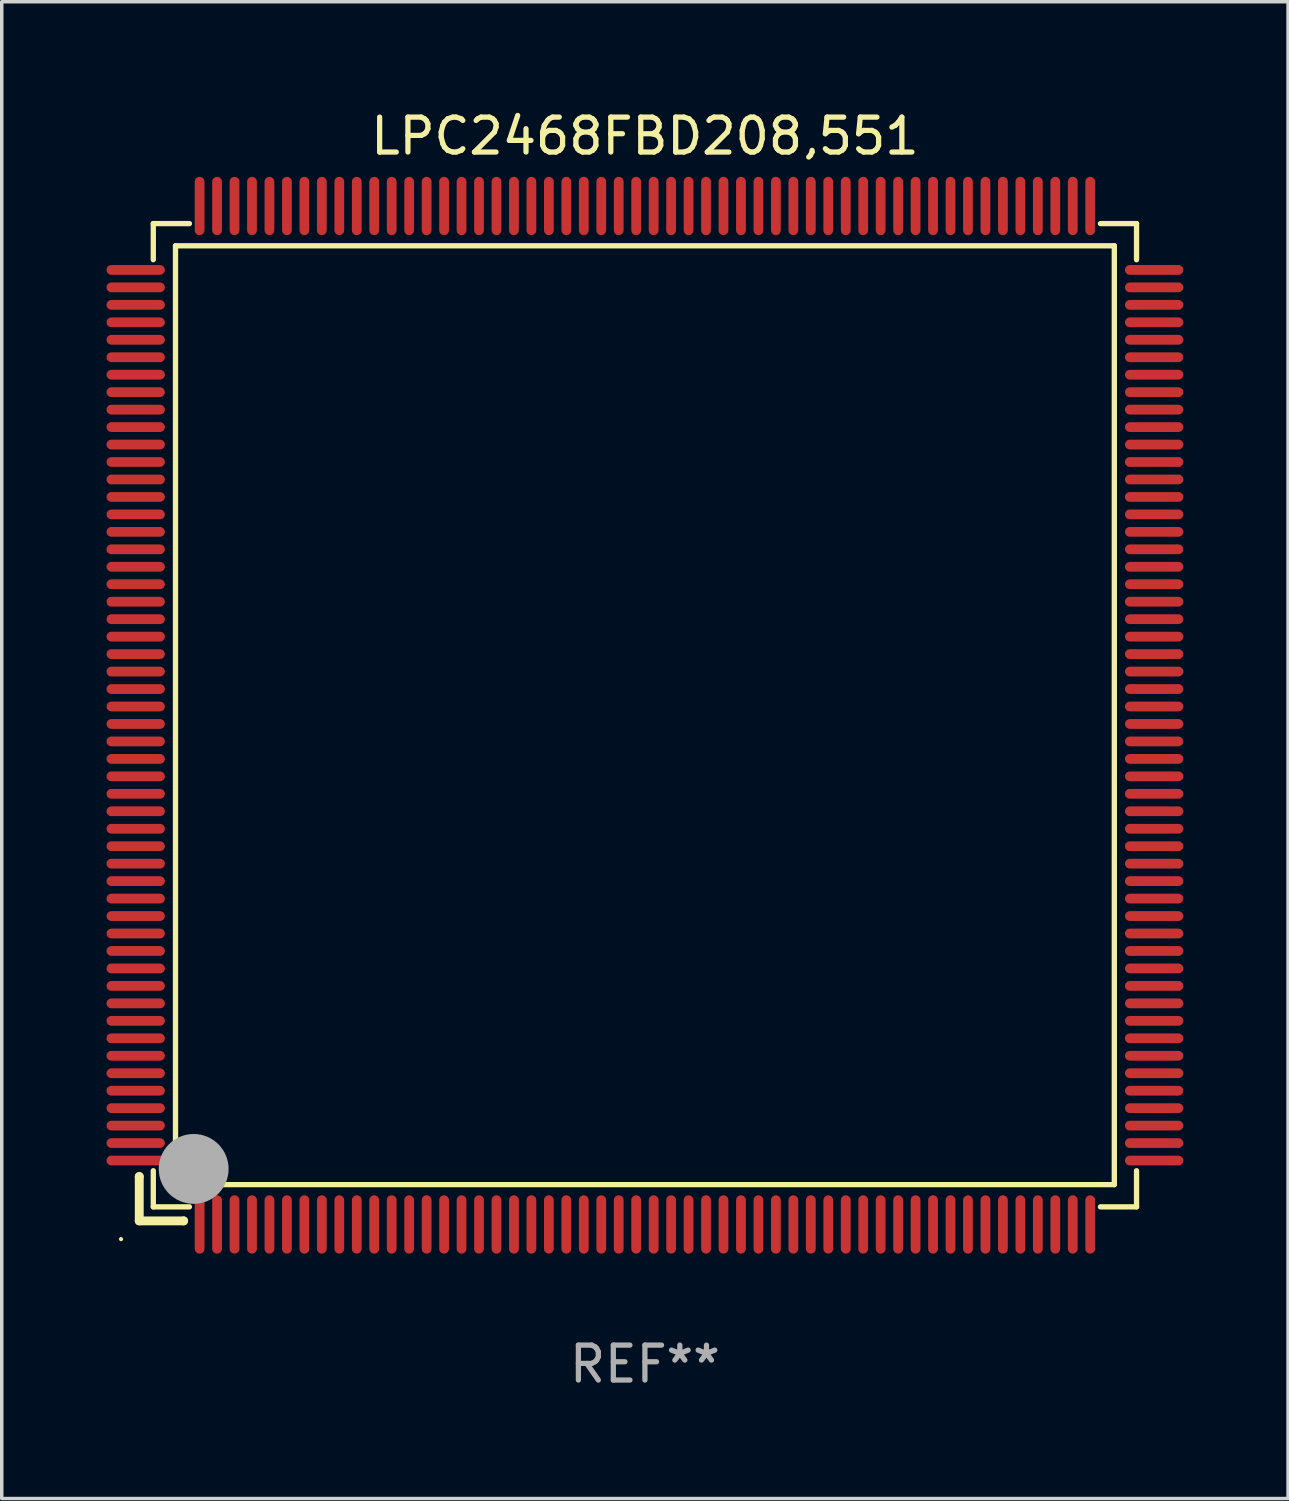
<source format=kicad_pcb>
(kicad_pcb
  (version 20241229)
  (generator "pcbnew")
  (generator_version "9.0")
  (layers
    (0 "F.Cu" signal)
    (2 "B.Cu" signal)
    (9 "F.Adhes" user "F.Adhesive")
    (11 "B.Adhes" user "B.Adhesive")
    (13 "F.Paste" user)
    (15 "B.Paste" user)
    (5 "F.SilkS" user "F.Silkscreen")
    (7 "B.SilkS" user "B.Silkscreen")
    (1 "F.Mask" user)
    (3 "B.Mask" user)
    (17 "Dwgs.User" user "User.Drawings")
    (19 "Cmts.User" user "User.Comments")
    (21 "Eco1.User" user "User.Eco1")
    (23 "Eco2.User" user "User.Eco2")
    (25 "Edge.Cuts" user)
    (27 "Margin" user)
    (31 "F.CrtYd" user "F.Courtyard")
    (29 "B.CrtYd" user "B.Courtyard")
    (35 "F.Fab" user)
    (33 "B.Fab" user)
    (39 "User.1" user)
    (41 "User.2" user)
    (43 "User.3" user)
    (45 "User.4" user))
  (footprint "LPC2468FBD208,551"
    (layer "F.Cu")
    (at 15.415 17.428)
    (property "Reference" "LPC2468FBD208,551" (at 0 -16.58 0) (layer "F.SilkS") (effects (font (size 1 1) (thickness 0.15))))
    (attr through_hole)
    (fp_line (start -14.478 13.208) (end -14.478 13.208) (stroke (width 0.254) (type solid)) (layer "F.SilkS"))
    (fp_line (start -14.478 13.208) (end -14.478 14.478) (stroke (width 0.254) (type solid)) (layer "F.SilkS"))
    (fp_line (start -14.478 14.478) (end -13.208 14.478) (stroke (width 0.254) (type solid)) (layer "F.SilkS"))
    (fp_line (start -14.076 -14.076) (end -14.076 -13.042) (stroke (width 0.152) (type solid)) (layer "F.SilkS"))
    (fp_line (start -14.076 14.076) (end -14.076 13.042) (stroke (width 0.152) (type solid)) (layer "F.SilkS"))
    (fp_line (start -13.44 -13.44) (end 13.44 -13.44) (stroke (width 0.152) (type solid)) (layer "F.SilkS"))
    (fp_line (start -13.44 13.44) (end -13.44 -13.44) (stroke (width 0.152) (type solid)) (layer "F.SilkS"))
    (fp_line (start -13.208 14.478) (end -13.208 14.478) (stroke (width 0.254) (type solid)) (layer "F.SilkS"))
    (fp_line (start -13.042 -14.076) (end -14.076 -14.076) (stroke (width 0.152) (type solid)) (layer "F.SilkS"))
    (fp_line (start -13.042 14.076) (end -14.076 14.076) (stroke (width 0.152) (type solid)) (layer "F.SilkS"))
    (fp_line (start 13.042 -14.076) (end 14.076 -14.076) (stroke (width 0.152) (type solid)) (layer "F.SilkS"))
    (fp_line (start 13.042 14.076) (end 14.076 14.076) (stroke (width 0.152) (type solid)) (layer "F.SilkS"))
    (fp_line (start 13.44 -13.44) (end 13.44 13.44) (stroke (width 0.152) (type solid)) (layer "F.SilkS"))
    (fp_line (start 13.44 13.44) (end -13.44 13.44) (stroke (width 0.152) (type solid)) (layer "F.SilkS"))
    (fp_line (start 14.076 -14.076) (end 14.076 -13.042) (stroke (width 0.152) (type solid)) (layer "F.SilkS"))
    (fp_line (start 14.076 14.076) (end 14.076 13.042) (stroke (width 0.152) (type solid)) (layer "F.SilkS"))
    (fp_circle (center -15 15) (end -14.97 15) (stroke (width 0.06) (type solid)) (fill no) (layer "F.SilkS"))
    (fp_circle (center -13.138 13.138) (end -13.063 13.138) (stroke (width 0.15) (type solid)) (fill no) (layer "F.SilkS"))
    (fp_circle (center -12.92 12.99) (end -12.42 12.99) (stroke (width 1) (type solid)) (fill no) (layer "F.Fab"))
    (fp_text user "REF**" (at 0 18.58 0) (layer "F.Fab") (effects (font (size 1 1) (thickness 0.15))))
    (pad "1" smd oval (at -12.75 14.58) (size 0.28 1.67) (layers "F.Cu" "F.Mask" "F.Paste"))
    (pad "2" smd oval (at -12.25 14.58) (size 0.28 1.67) (layers "F.Cu" "F.Mask" "F.Paste"))
    (pad "3" smd oval (at -11.75 14.58) (size 0.28 1.67) (layers "F.Cu" "F.Mask" "F.Paste"))
    (pad "4" smd oval (at -11.25 14.58) (size 0.28 1.67) (layers "F.Cu" "F.Mask" "F.Paste"))
    (pad "5" smd oval (at -10.75 14.58) (size 0.28 1.67) (layers "F.Cu" "F.Mask" "F.Paste"))
    (pad "6" smd oval (at -10.25 14.58) (size 0.28 1.67) (layers "F.Cu" "F.Mask" "F.Paste"))
    (pad "7" smd oval (at -9.75 14.58) (size 0.28 1.67) (layers "F.Cu" "F.Mask" "F.Paste"))
    (pad "8" smd oval (at -9.25 14.58) (size 0.28 1.67) (layers "F.Cu" "F.Mask" "F.Paste"))
    (pad "9" smd oval (at -8.75 14.58) (size 0.28 1.67) (layers "F.Cu" "F.Mask" "F.Paste"))
    (pad "10" smd oval (at -8.25 14.58) (size 0.28 1.67) (layers "F.Cu" "F.Mask" "F.Paste"))
    (pad "11" smd oval (at -7.75 14.58) (size 0.28 1.67) (layers "F.Cu" "F.Mask" "F.Paste"))
    (pad "12" smd oval (at -7.25 14.58) (size 0.28 1.67) (layers "F.Cu" "F.Mask" "F.Paste"))
    (pad "13" smd oval (at -6.75 14.58) (size 0.28 1.67) (layers "F.Cu" "F.Mask" "F.Paste"))
    (pad "14" smd oval (at -6.25 14.58) (size 0.28 1.67) (layers "F.Cu" "F.Mask" "F.Paste"))
    (pad "15" smd oval (at -5.75 14.58) (size 0.28 1.67) (layers "F.Cu" "F.Mask" "F.Paste"))
    (pad "16" smd oval (at -5.25 14.58) (size 0.28 1.67) (layers "F.Cu" "F.Mask" "F.Paste"))
    (pad "17" smd oval (at -4.75 14.58) (size 0.28 1.67) (layers "F.Cu" "F.Mask" "F.Paste"))
    (pad "18" smd oval (at -4.25 14.58) (size 0.28 1.67) (layers "F.Cu" "F.Mask" "F.Paste"))
    (pad "19" smd oval (at -3.75 14.58) (size 0.28 1.67) (layers "F.Cu" "F.Mask" "F.Paste"))
    (pad "20" smd oval (at -3.25 14.58) (size 0.28 1.67) (layers "F.Cu" "F.Mask" "F.Paste"))
    (pad "21" smd oval (at -2.75 14.58) (size 0.28 1.67) (layers "F.Cu" "F.Mask" "F.Paste"))
    (pad "22" smd oval (at -2.25 14.58) (size 0.28 1.67) (layers "F.Cu" "F.Mask" "F.Paste"))
    (pad "23" smd oval (at -1.75 14.58) (size 0.28 1.67) (layers "F.Cu" "F.Mask" "F.Paste"))
    (pad "24" smd oval (at -1.25 14.58) (size 0.28 1.67) (layers "F.Cu" "F.Mask" "F.Paste"))
    (pad "25" smd oval (at -0.75 14.58) (size 0.28 1.67) (layers "F.Cu" "F.Mask" "F.Paste"))
    (pad "26" smd oval (at -0.25 14.58) (size 0.28 1.67) (layers "F.Cu" "F.Mask" "F.Paste"))
    (pad "27" smd oval (at 0.25 14.58) (size 0.28 1.67) (layers "F.Cu" "F.Mask" "F.Paste"))
    (pad "28" smd oval (at 0.75 14.58) (size 0.28 1.67) (layers "F.Cu" "F.Mask" "F.Paste"))
    (pad "29" smd oval (at 1.25 14.58) (size 0.28 1.67) (layers "F.Cu" "F.Mask" "F.Paste"))
    (pad "30" smd oval (at 1.75 14.58) (size 0.28 1.67) (layers "F.Cu" "F.Mask" "F.Paste"))
    (pad "31" smd oval (at 2.25 14.58) (size 0.28 1.67) (layers "F.Cu" "F.Mask" "F.Paste"))
    (pad "32" smd oval (at 2.75 14.58) (size 0.28 1.67) (layers "F.Cu" "F.Mask" "F.Paste"))
    (pad "33" smd oval (at 3.25 14.58) (size 0.28 1.67) (layers "F.Cu" "F.Mask" "F.Paste"))
    (pad "34" smd oval (at 3.75 14.58) (size 0.28 1.67) (layers "F.Cu" "F.Mask" "F.Paste"))
    (pad "35" smd oval (at 4.25 14.58) (size 0.28 1.67) (layers "F.Cu" "F.Mask" "F.Paste"))
    (pad "36" smd oval (at 4.75 14.58) (size 0.28 1.67) (layers "F.Cu" "F.Mask" "F.Paste"))
    (pad "37" smd oval (at 5.25 14.58) (size 0.28 1.67) (layers "F.Cu" "F.Mask" "F.Paste"))
    (pad "38" smd oval (at 5.75 14.58) (size 0.28 1.67) (layers "F.Cu" "F.Mask" "F.Paste"))
    (pad "39" smd oval (at 6.25 14.58) (size 0.28 1.67) (layers "F.Cu" "F.Mask" "F.Paste"))
    (pad "40" smd oval (at 6.75 14.58) (size 0.28 1.67) (layers "F.Cu" "F.Mask" "F.Paste"))
    (pad "41" smd oval (at 7.25 14.58) (size 0.28 1.67) (layers "F.Cu" "F.Mask" "F.Paste"))
    (pad "42" smd oval (at 7.75 14.58) (size 0.28 1.67) (layers "F.Cu" "F.Mask" "F.Paste"))
    (pad "43" smd oval (at 8.25 14.58) (size 0.28 1.67) (layers "F.Cu" "F.Mask" "F.Paste"))
    (pad "44" smd oval (at 8.75 14.58) (size 0.28 1.67) (layers "F.Cu" "F.Mask" "F.Paste"))
    (pad "45" smd oval (at 9.25 14.58) (size 0.28 1.67) (layers "F.Cu" "F.Mask" "F.Paste"))
    (pad "46" smd oval (at 9.75 14.58) (size 0.28 1.67) (layers "F.Cu" "F.Mask" "F.Paste"))
    (pad "47" smd oval (at 10.25 14.58) (size 0.28 1.67) (layers "F.Cu" "F.Mask" "F.Paste"))
    (pad "48" smd oval (at 10.75 14.58) (size 0.28 1.67) (layers "F.Cu" "F.Mask" "F.Paste"))
    (pad "49" smd oval (at 11.25 14.58) (size 0.28 1.67) (layers "F.Cu" "F.Mask" "F.Paste"))
    (pad "50" smd oval (at 11.75 14.58) (size 0.28 1.67) (layers "F.Cu" "F.Mask" "F.Paste"))
    (pad "51" smd oval (at 12.25 14.58) (size 0.28 1.67) (layers "F.Cu" "F.Mask" "F.Paste"))
    (pad "52" smd oval (at 12.75 14.58) (size 0.28 1.67) (layers "F.Cu" "F.Mask" "F.Paste"))
    (pad "53" smd oval (at 14.58 12.75) (size 1.67 0.28) (layers "F.Cu" "F.Mask" "F.Paste"))
    (pad "54" smd oval (at 14.58 12.25) (size 1.67 0.28) (layers "F.Cu" "F.Mask" "F.Paste"))
    (pad "55" smd oval (at 14.58 11.75) (size 1.67 0.28) (layers "F.Cu" "F.Mask" "F.Paste"))
    (pad "56" smd oval (at 14.58 11.25) (size 1.67 0.28) (layers "F.Cu" "F.Mask" "F.Paste"))
    (pad "57" smd oval (at 14.58 10.75) (size 1.67 0.28) (layers "F.Cu" "F.Mask" "F.Paste"))
    (pad "58" smd oval (at 14.58 10.25) (size 1.67 0.28) (layers "F.Cu" "F.Mask" "F.Paste"))
    (pad "59" smd oval (at 14.58 9.75) (size 1.67 0.28) (layers "F.Cu" "F.Mask" "F.Paste"))
    (pad "60" smd oval (at 14.58 9.25) (size 1.67 0.28) (layers "F.Cu" "F.Mask" "F.Paste"))
    (pad "61" smd oval (at 14.58 8.75) (size 1.67 0.28) (layers "F.Cu" "F.Mask" "F.Paste"))
    (pad "62" smd oval (at 14.58 8.25) (size 1.67 0.28) (layers "F.Cu" "F.Mask" "F.Paste"))
    (pad "63" smd oval (at 14.58 7.75) (size 1.67 0.28) (layers "F.Cu" "F.Mask" "F.Paste"))
    (pad "64" smd oval (at 14.58 7.25) (size 1.67 0.28) (layers "F.Cu" "F.Mask" "F.Paste"))
    (pad "65" smd oval (at 14.58 6.75) (size 1.67 0.28) (layers "F.Cu" "F.Mask" "F.Paste"))
    (pad "66" smd oval (at 14.58 6.25) (size 1.67 0.28) (layers "F.Cu" "F.Mask" "F.Paste"))
    (pad "67" smd oval (at 14.58 5.75) (size 1.67 0.28) (layers "F.Cu" "F.Mask" "F.Paste"))
    (pad "68" smd oval (at 14.58 5.25) (size 1.67 0.28) (layers "F.Cu" "F.Mask" "F.Paste"))
    (pad "69" smd oval (at 14.58 4.75) (size 1.67 0.28) (layers "F.Cu" "F.Mask" "F.Paste"))
    (pad "70" smd oval (at 14.58 4.25) (size 1.67 0.28) (layers "F.Cu" "F.Mask" "F.Paste"))
    (pad "71" smd oval (at 14.58 3.75) (size 1.67 0.28) (layers "F.Cu" "F.Mask" "F.Paste"))
    (pad "72" smd oval (at 14.58 3.25) (size 1.67 0.28) (layers "F.Cu" "F.Mask" "F.Paste"))
    (pad "73" smd oval (at 14.58 2.75) (size 1.67 0.28) (layers "F.Cu" "F.Mask" "F.Paste"))
    (pad "74" smd oval (at 14.58 2.25) (size 1.67 0.28) (layers "F.Cu" "F.Mask" "F.Paste"))
    (pad "75" smd oval (at 14.58 1.75) (size 1.67 0.28) (layers "F.Cu" "F.Mask" "F.Paste"))
    (pad "76" smd oval (at 14.58 1.25) (size 1.67 0.28) (layers "F.Cu" "F.Mask" "F.Paste"))
    (pad "77" smd oval (at 14.58 0.75) (size 1.67 0.28) (layers "F.Cu" "F.Mask" "F.Paste"))
    (pad "78" smd oval (at 14.58 0.25) (size 1.67 0.28) (layers "F.Cu" "F.Mask" "F.Paste"))
    (pad "79" smd oval (at 14.58 -0.25) (size 1.67 0.28) (layers "F.Cu" "F.Mask" "F.Paste"))
    (pad "80" smd oval (at 14.58 -0.75) (size 1.67 0.28) (layers "F.Cu" "F.Mask" "F.Paste"))
    (pad "81" smd oval (at 14.58 -1.25) (size 1.67 0.28) (layers "F.Cu" "F.Mask" "F.Paste"))
    (pad "82" smd oval (at 14.58 -1.75) (size 1.67 0.28) (layers "F.Cu" "F.Mask" "F.Paste"))
    (pad "83" smd oval (at 14.58 -2.25) (size 1.67 0.28) (layers "F.Cu" "F.Mask" "F.Paste"))
    (pad "84" smd oval (at 14.58 -2.75) (size 1.67 0.28) (layers "F.Cu" "F.Mask" "F.Paste"))
    (pad "85" smd oval (at 14.58 -3.25) (size 1.67 0.28) (layers "F.Cu" "F.Mask" "F.Paste"))
    (pad "86" smd oval (at 14.58 -3.75) (size 1.67 0.28) (layers "F.Cu" "F.Mask" "F.Paste"))
    (pad "87" smd oval (at 14.58 -4.25) (size 1.67 0.28) (layers "F.Cu" "F.Mask" "F.Paste"))
    (pad "88" smd oval (at 14.58 -4.75) (size 1.67 0.28) (layers "F.Cu" "F.Mask" "F.Paste"))
    (pad "89" smd oval (at 14.58 -5.25) (size 1.67 0.28) (layers "F.Cu" "F.Mask" "F.Paste"))
    (pad "90" smd oval (at 14.58 -5.75) (size 1.67 0.28) (layers "F.Cu" "F.Mask" "F.Paste"))
    (pad "91" smd oval (at 14.58 -6.25) (size 1.67 0.28) (layers "F.Cu" "F.Mask" "F.Paste"))
    (pad "92" smd oval (at 14.58 -6.75) (size 1.67 0.28) (layers "F.Cu" "F.Mask" "F.Paste"))
    (pad "93" smd oval (at 14.58 -7.25) (size 1.67 0.28) (layers "F.Cu" "F.Mask" "F.Paste"))
    (pad "94" smd oval (at 14.58 -7.75) (size 1.67 0.28) (layers "F.Cu" "F.Mask" "F.Paste"))
    (pad "95" smd oval (at 14.58 -8.25) (size 1.67 0.28) (layers "F.Cu" "F.Mask" "F.Paste"))
    (pad "96" smd oval (at 14.58 -8.75) (size 1.67 0.28) (layers "F.Cu" "F.Mask" "F.Paste"))
    (pad "97" smd oval (at 14.58 -9.25) (size 1.67 0.28) (layers "F.Cu" "F.Mask" "F.Paste"))
    (pad "98" smd oval (at 14.58 -9.75) (size 1.67 0.28) (layers "F.Cu" "F.Mask" "F.Paste"))
    (pad "99" smd oval (at 14.58 -10.25) (size 1.67 0.28) (layers "F.Cu" "F.Mask" "F.Paste"))
    (pad "100" smd oval (at 14.58 -10.75) (size 1.67 0.28) (layers "F.Cu" "F.Mask" "F.Paste"))
    (pad "101" smd oval (at 14.58 -11.25) (size 1.67 0.28) (layers "F.Cu" "F.Mask" "F.Paste"))
    (pad "102" smd oval (at 14.58 -11.75) (size 1.67 0.28) (layers "F.Cu" "F.Mask" "F.Paste"))
    (pad "103" smd oval (at 14.58 -12.25) (size 1.67 0.28) (layers "F.Cu" "F.Mask" "F.Paste"))
    (pad "104" smd oval (at 14.58 -12.75) (size 1.67 0.28) (layers "F.Cu" "F.Mask" "F.Paste"))
    (pad "105" smd oval (at 12.75 -14.58) (size 0.28 1.67) (layers "F.Cu" "F.Mask" "F.Paste"))
    (pad "106" smd oval (at 12.25 -14.58) (size 0.28 1.67) (layers "F.Cu" "F.Mask" "F.Paste"))
    (pad "107" smd oval (at 11.75 -14.58) (size 0.28 1.67) (layers "F.Cu" "F.Mask" "F.Paste"))
    (pad "108" smd oval (at 11.25 -14.58) (size 0.28 1.67) (layers "F.Cu" "F.Mask" "F.Paste"))
    (pad "109" smd oval (at 10.75 -14.58) (size 0.28 1.67) (layers "F.Cu" "F.Mask" "F.Paste"))
    (pad "110" smd oval (at 10.25 -14.58) (size 0.28 1.67) (layers "F.Cu" "F.Mask" "F.Paste"))
    (pad "111" smd oval (at 9.75 -14.58) (size 0.28 1.67) (layers "F.Cu" "F.Mask" "F.Paste"))
    (pad "112" smd oval (at 9.25 -14.58) (size 0.28 1.67) (layers "F.Cu" "F.Mask" "F.Paste"))
    (pad "113" smd oval (at 8.75 -14.58) (size 0.28 1.67) (layers "F.Cu" "F.Mask" "F.Paste"))
    (pad "114" smd oval (at 8.25 -14.58) (size 0.28 1.67) (layers "F.Cu" "F.Mask" "F.Paste"))
    (pad "115" smd oval (at 7.75 -14.58) (size 0.28 1.67) (layers "F.Cu" "F.Mask" "F.Paste"))
    (pad "116" smd oval (at 7.25 -14.58) (size 0.28 1.67) (layers "F.Cu" "F.Mask" "F.Paste"))
    (pad "117" smd oval (at 6.75 -14.58) (size 0.28 1.67) (layers "F.Cu" "F.Mask" "F.Paste"))
    (pad "118" smd oval (at 6.25 -14.58) (size 0.28 1.67) (layers "F.Cu" "F.Mask" "F.Paste"))
    (pad "119" smd oval (at 5.75 -14.58) (size 0.28 1.67) (layers "F.Cu" "F.Mask" "F.Paste"))
    (pad "120" smd oval (at 5.25 -14.58) (size 0.28 1.67) (layers "F.Cu" "F.Mask" "F.Paste"))
    (pad "121" smd oval (at 4.75 -14.58) (size 0.28 1.67) (layers "F.Cu" "F.Mask" "F.Paste"))
    (pad "122" smd oval (at 4.25 -14.58) (size 0.28 1.67) (layers "F.Cu" "F.Mask" "F.Paste"))
    (pad "123" smd oval (at 3.75 -14.58) (size 0.28 1.67) (layers "F.Cu" "F.Mask" "F.Paste"))
    (pad "124" smd oval (at 3.25 -14.58) (size 0.28 1.67) (layers "F.Cu" "F.Mask" "F.Paste"))
    (pad "125" smd oval (at 2.75 -14.58) (size 0.28 1.67) (layers "F.Cu" "F.Mask" "F.Paste"))
    (pad "126" smd oval (at 2.25 -14.58) (size 0.28 1.67) (layers "F.Cu" "F.Mask" "F.Paste"))
    (pad "127" smd oval (at 1.75 -14.58) (size 0.28 1.67) (layers "F.Cu" "F.Mask" "F.Paste"))
    (pad "128" smd oval (at 1.25 -14.58) (size 0.28 1.67) (layers "F.Cu" "F.Mask" "F.Paste"))
    (pad "129" smd oval (at 0.75 -14.58) (size 0.28 1.67) (layers "F.Cu" "F.Mask" "F.Paste"))
    (pad "130" smd oval (at 0.25 -14.58) (size 0.28 1.67) (layers "F.Cu" "F.Mask" "F.Paste"))
    (pad "131" smd oval (at -0.25 -14.58) (size 0.28 1.67) (layers "F.Cu" "F.Mask" "F.Paste"))
    (pad "132" smd oval (at -0.75 -14.58) (size 0.28 1.67) (layers "F.Cu" "F.Mask" "F.Paste"))
    (pad "133" smd oval (at -1.25 -14.58) (size 0.28 1.67) (layers "F.Cu" "F.Mask" "F.Paste"))
    (pad "134" smd oval (at -1.75 -14.58) (size 0.28 1.67) (layers "F.Cu" "F.Mask" "F.Paste"))
    (pad "135" smd oval (at -2.25 -14.58) (size 0.28 1.67) (layers "F.Cu" "F.Mask" "F.Paste"))
    (pad "136" smd oval (at -2.75 -14.58) (size 0.28 1.67) (layers "F.Cu" "F.Mask" "F.Paste"))
    (pad "137" smd oval (at -3.25 -14.58) (size 0.28 1.67) (layers "F.Cu" "F.Mask" "F.Paste"))
    (pad "138" smd oval (at -3.75 -14.58) (size 0.28 1.67) (layers "F.Cu" "F.Mask" "F.Paste"))
    (pad "139" smd oval (at -4.25 -14.58) (size 0.28 1.67) (layers "F.Cu" "F.Mask" "F.Paste"))
    (pad "140" smd oval (at -4.75 -14.58) (size 0.28 1.67) (layers "F.Cu" "F.Mask" "F.Paste"))
    (pad "141" smd oval (at -5.25 -14.58) (size 0.28 1.67) (layers "F.Cu" "F.Mask" "F.Paste"))
    (pad "142" smd oval (at -5.75 -14.58) (size 0.28 1.67) (layers "F.Cu" "F.Mask" "F.Paste"))
    (pad "143" smd oval (at -6.25 -14.58) (size 0.28 1.67) (layers "F.Cu" "F.Mask" "F.Paste"))
    (pad "144" smd oval (at -6.75 -14.58) (size 0.28 1.67) (layers "F.Cu" "F.Mask" "F.Paste"))
    (pad "145" smd oval (at -7.25 -14.58) (size 0.28 1.67) (layers "F.Cu" "F.Mask" "F.Paste"))
    (pad "146" smd oval (at -7.75 -14.58) (size 0.28 1.67) (layers "F.Cu" "F.Mask" "F.Paste"))
    (pad "147" smd oval (at -8.25 -14.58) (size 0.28 1.67) (layers "F.Cu" "F.Mask" "F.Paste"))
    (pad "148" smd oval (at -8.75 -14.58) (size 0.28 1.67) (layers "F.Cu" "F.Mask" "F.Paste"))
    (pad "149" smd oval (at -9.25 -14.58) (size 0.28 1.67) (layers "F.Cu" "F.Mask" "F.Paste"))
    (pad "150" smd oval (at -9.75 -14.58) (size 0.28 1.67) (layers "F.Cu" "F.Mask" "F.Paste"))
    (pad "151" smd oval (at -10.25 -14.58) (size 0.28 1.67) (layers "F.Cu" "F.Mask" "F.Paste"))
    (pad "152" smd oval (at -10.75 -14.58) (size 0.28 1.67) (layers "F.Cu" "F.Mask" "F.Paste"))
    (pad "153" smd oval (at -11.25 -14.58) (size 0.28 1.67) (layers "F.Cu" "F.Mask" "F.Paste"))
    (pad "154" smd oval (at -11.75 -14.58) (size 0.28 1.67) (layers "F.Cu" "F.Mask" "F.Paste"))
    (pad "155" smd oval (at -12.25 -14.58) (size 0.28 1.67) (layers "F.Cu" "F.Mask" "F.Paste"))
    (pad "156" smd oval (at -12.75 -14.58) (size 0.28 1.67) (layers "F.Cu" "F.Mask" "F.Paste"))
    (pad "157" smd oval (at -14.58 -12.75) (size 1.67 0.28) (layers "F.Cu" "F.Mask" "F.Paste"))
    (pad "158" smd oval (at -14.58 -12.25) (size 1.67 0.28) (layers "F.Cu" "F.Mask" "F.Paste"))
    (pad "159" smd oval (at -14.58 -11.75) (size 1.67 0.28) (layers "F.Cu" "F.Mask" "F.Paste"))
    (pad "160" smd oval (at -14.58 -11.25) (size 1.67 0.28) (layers "F.Cu" "F.Mask" "F.Paste"))
    (pad "161" smd oval (at -14.58 -10.75) (size 1.67 0.28) (layers "F.Cu" "F.Mask" "F.Paste"))
    (pad "162" smd oval (at -14.58 -10.25) (size 1.67 0.28) (layers "F.Cu" "F.Mask" "F.Paste"))
    (pad "163" smd oval (at -14.58 -9.75) (size 1.67 0.28) (layers "F.Cu" "F.Mask" "F.Paste"))
    (pad "164" smd oval (at -14.58 -9.25) (size 1.67 0.28) (layers "F.Cu" "F.Mask" "F.Paste"))
    (pad "165" smd oval (at -14.58 -8.75) (size 1.67 0.28) (layers "F.Cu" "F.Mask" "F.Paste"))
    (pad "166" smd oval (at -14.58 -8.25) (size 1.67 0.28) (layers "F.Cu" "F.Mask" "F.Paste"))
    (pad "167" smd oval (at -14.58 -7.75) (size 1.67 0.28) (layers "F.Cu" "F.Mask" "F.Paste"))
    (pad "168" smd oval (at -14.58 -7.25) (size 1.67 0.28) (layers "F.Cu" "F.Mask" "F.Paste"))
    (pad "169" smd oval (at -14.58 -6.75) (size 1.67 0.28) (layers "F.Cu" "F.Mask" "F.Paste"))
    (pad "170" smd oval (at -14.58 -6.25) (size 1.67 0.28) (layers "F.Cu" "F.Mask" "F.Paste"))
    (pad "171" smd oval (at -14.58 -5.75) (size 1.67 0.28) (layers "F.Cu" "F.Mask" "F.Paste"))
    (pad "172" smd oval (at -14.58 -5.25) (size 1.67 0.28) (layers "F.Cu" "F.Mask" "F.Paste"))
    (pad "173" smd oval (at -14.58 -4.75) (size 1.67 0.28) (layers "F.Cu" "F.Mask" "F.Paste"))
    (pad "174" smd oval (at -14.58 -4.25) (size 1.67 0.28) (layers "F.Cu" "F.Mask" "F.Paste"))
    (pad "175" smd oval (at -14.58 -3.75) (size 1.67 0.28) (layers "F.Cu" "F.Mask" "F.Paste"))
    (pad "176" smd oval (at -14.58 -3.25) (size 1.67 0.28) (layers "F.Cu" "F.Mask" "F.Paste"))
    (pad "177" smd oval (at -14.58 -2.75) (size 1.67 0.28) (layers "F.Cu" "F.Mask" "F.Paste"))
    (pad "178" smd oval (at -14.58 -2.25) (size 1.67 0.28) (layers "F.Cu" "F.Mask" "F.Paste"))
    (pad "179" smd oval (at -14.58 -1.75) (size 1.67 0.28) (layers "F.Cu" "F.Mask" "F.Paste"))
    (pad "180" smd oval (at -14.58 -1.25) (size 1.67 0.28) (layers "F.Cu" "F.Mask" "F.Paste"))
    (pad "181" smd oval (at -14.58 -0.75) (size 1.67 0.28) (layers "F.Cu" "F.Mask" "F.Paste"))
    (pad "182" smd oval (at -14.58 -0.25) (size 1.67 0.28) (layers "F.Cu" "F.Mask" "F.Paste"))
    (pad "183" smd oval (at -14.58 0.25) (size 1.67 0.28) (layers "F.Cu" "F.Mask" "F.Paste"))
    (pad "184" smd oval (at -14.58 0.75) (size 1.67 0.28) (layers "F.Cu" "F.Mask" "F.Paste"))
    (pad "185" smd oval (at -14.58 1.25) (size 1.67 0.28) (layers "F.Cu" "F.Mask" "F.Paste"))
    (pad "186" smd oval (at -14.58 1.75) (size 1.67 0.28) (layers "F.Cu" "F.Mask" "F.Paste"))
    (pad "187" smd oval (at -14.58 2.25) (size 1.67 0.28) (layers "F.Cu" "F.Mask" "F.Paste"))
    (pad "188" smd oval (at -14.58 2.75) (size 1.67 0.28) (layers "F.Cu" "F.Mask" "F.Paste"))
    (pad "189" smd oval (at -14.58 3.25) (size 1.67 0.28) (layers "F.Cu" "F.Mask" "F.Paste"))
    (pad "190" smd oval (at -14.58 3.75) (size 1.67 0.28) (layers "F.Cu" "F.Mask" "F.Paste"))
    (pad "191" smd oval (at -14.58 4.25) (size 1.67 0.28) (layers "F.Cu" "F.Mask" "F.Paste"))
    (pad "192" smd oval (at -14.58 4.75) (size 1.67 0.28) (layers "F.Cu" "F.Mask" "F.Paste"))
    (pad "193" smd oval (at -14.58 5.25) (size 1.67 0.28) (layers "F.Cu" "F.Mask" "F.Paste"))
    (pad "194" smd oval (at -14.58 5.75) (size 1.67 0.28) (layers "F.Cu" "F.Mask" "F.Paste"))
    (pad "195" smd oval (at -14.58 6.25) (size 1.67 0.28) (layers "F.Cu" "F.Mask" "F.Paste"))
    (pad "196" smd oval (at -14.58 6.75) (size 1.67 0.28) (layers "F.Cu" "F.Mask" "F.Paste"))
    (pad "197" smd oval (at -14.58 7.25) (size 1.67 0.28) (layers "F.Cu" "F.Mask" "F.Paste"))
    (pad "198" smd oval (at -14.58 7.75) (size 1.67 0.28) (layers "F.Cu" "F.Mask" "F.Paste"))
    (pad "199" smd oval (at -14.58 8.25) (size 1.67 0.28) (layers "F.Cu" "F.Mask" "F.Paste"))
    (pad "200" smd oval (at -14.58 8.75) (size 1.67 0.28) (layers "F.Cu" "F.Mask" "F.Paste"))
    (pad "201" smd oval (at -14.58 9.25) (size 1.67 0.28) (layers "F.Cu" "F.Mask" "F.Paste"))
    (pad "202" smd oval (at -14.58 9.75) (size 1.67 0.28) (layers "F.Cu" "F.Mask" "F.Paste"))
    (pad "203" smd oval (at -14.58 10.25) (size 1.67 0.28) (layers "F.Cu" "F.Mask" "F.Paste"))
    (pad "204" smd oval (at -14.58 10.75) (size 1.67 0.28) (layers "F.Cu" "F.Mask" "F.Paste"))
    (pad "205" smd oval (at -14.58 11.25) (size 1.67 0.28) (layers "F.Cu" "F.Mask" "F.Paste"))
    (pad "206" smd oval (at -14.58 11.75) (size 1.67 0.28) (layers "F.Cu" "F.Mask" "F.Paste"))
    (pad "207" smd oval (at -14.58 12.25) (size 1.67 0.28) (layers "F.Cu" "F.Mask" "F.Paste"))
    (pad "208" smd oval (at -14.58 12.75) (size 1.67 0.28) (layers "F.Cu" "F.Mask" "F.Paste")))
  (gr_rect
    (start -3 -3)
    (end 33.83 39.856)
    (stroke (width 0.1) (type default))
    (fill no)
    (layer "Edge.Cuts")))
</source>
